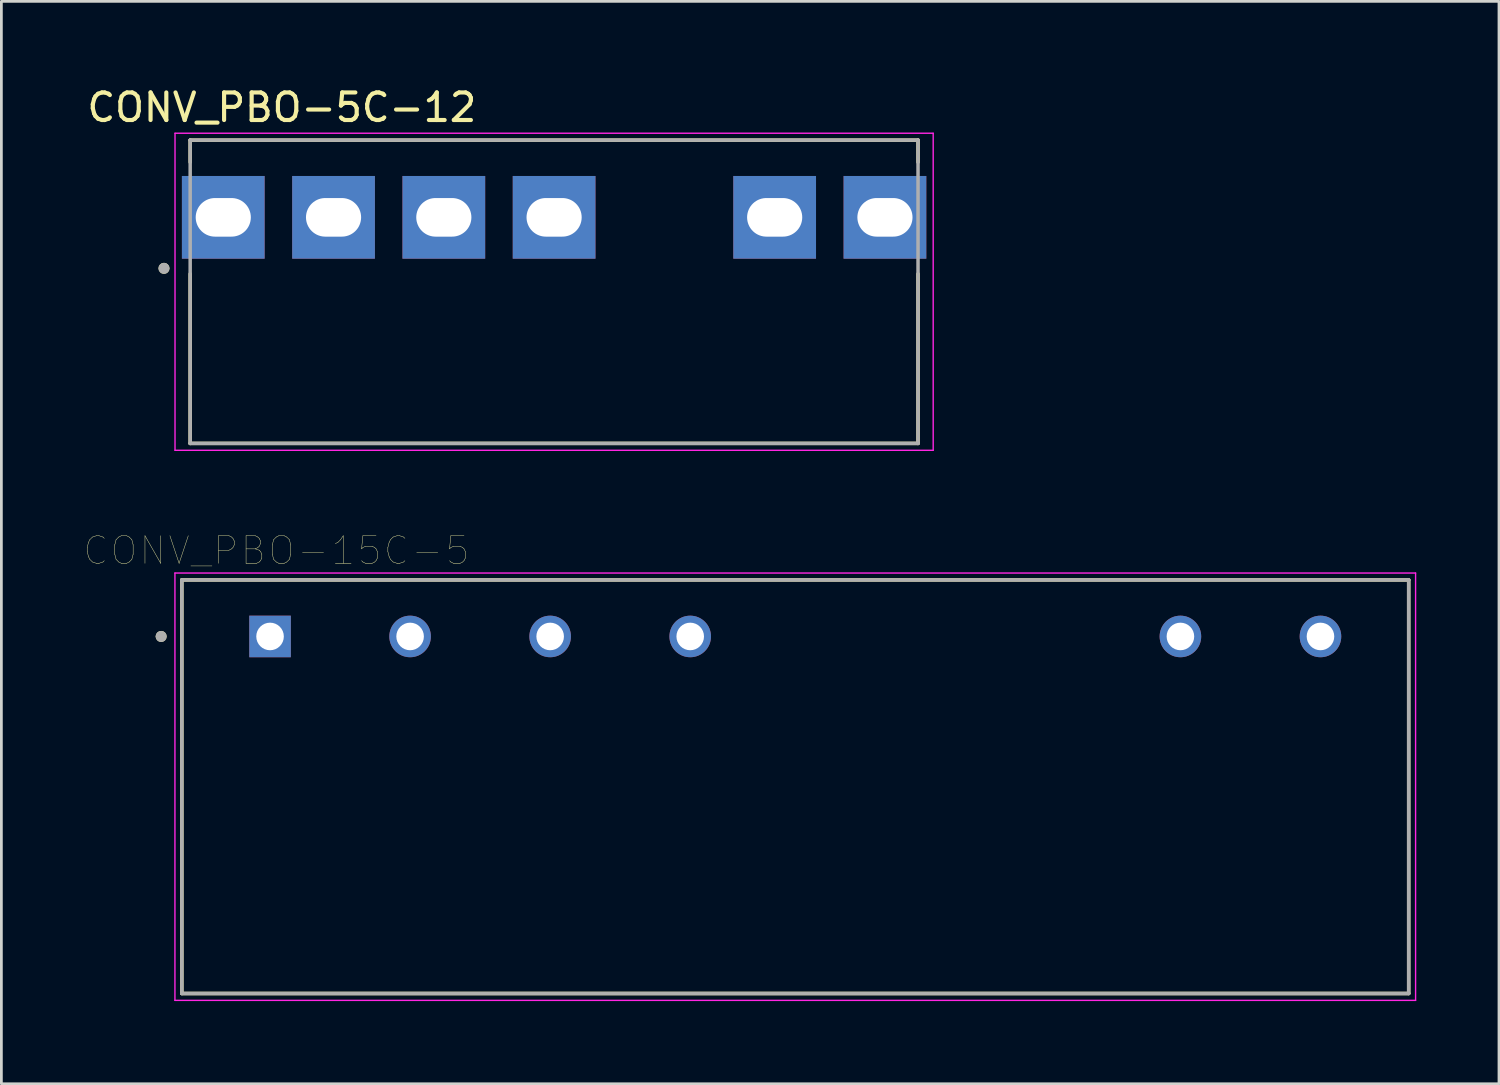
<source format=kicad_pcb>
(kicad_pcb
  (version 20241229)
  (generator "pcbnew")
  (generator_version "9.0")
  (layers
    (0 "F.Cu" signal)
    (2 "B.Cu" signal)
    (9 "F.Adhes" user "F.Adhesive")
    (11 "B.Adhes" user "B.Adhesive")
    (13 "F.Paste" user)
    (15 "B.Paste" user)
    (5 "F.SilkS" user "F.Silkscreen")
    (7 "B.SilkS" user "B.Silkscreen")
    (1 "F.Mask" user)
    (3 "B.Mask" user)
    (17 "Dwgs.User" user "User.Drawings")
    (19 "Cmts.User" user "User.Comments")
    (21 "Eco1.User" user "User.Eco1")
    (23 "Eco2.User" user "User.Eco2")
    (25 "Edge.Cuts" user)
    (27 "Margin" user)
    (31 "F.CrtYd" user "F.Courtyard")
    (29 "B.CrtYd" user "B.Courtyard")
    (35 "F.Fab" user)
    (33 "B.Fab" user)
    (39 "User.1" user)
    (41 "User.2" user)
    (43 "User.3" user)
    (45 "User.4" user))
  (footprint "CONV_PBO-15C-5"
    (layer "F.Cu")
    (at 25.795 20.035)
    (property "Reference" "CONV_PBO-15C-5" (at -18.825 -3.115 0) (layer "F.SilkS") (effects (font (size 1 1) (thickness 0.015))))
    (attr through_hole)
    (fp_line (start -22.25 -2.05) (end -22.25 12.95) (stroke (width 0.127) (type solid)) (layer "F.SilkS"))
    (fp_line (start -22.25 -2.05) (end 22.25 -2.05) (stroke (width 0.127) (type solid)) (layer "F.SilkS"))
    (fp_line (start -22.25 12.95) (end 22.25 12.95) (stroke (width 0.127) (type solid)) (layer "F.SilkS"))
    (fp_line (start 22.25 12.95) (end 22.25 -2.05) (stroke (width 0.127) (type solid)) (layer "F.SilkS"))
    (fp_circle (center -23 0) (end -22.9 0) (stroke (width 0.2) (type solid)) (fill no) (layer "F.SilkS"))
    (fp_line (start -22.5 -2.3) (end -22.5 13.2) (stroke (width 0.05) (type solid)) (layer "F.CrtYd"))
    (fp_line (start -22.5 13.2) (end 22.5 13.2) (stroke (width 0.05) (type solid)) (layer "F.CrtYd"))
    (fp_line (start 22.5 -2.3) (end -22.5 -2.3) (stroke (width 0.05) (type solid)) (layer "F.CrtYd"))
    (fp_line (start 22.5 13.2) (end 22.5 -2.3) (stroke (width 0.05) (type solid)) (layer "F.CrtYd"))
    (fp_line (start -22.25 -2.05) (end -22.25 12.95) (stroke (width 0.127) (type solid)) (layer "F.Fab"))
    (fp_line (start -22.25 12.95) (end 22.25 12.95) (stroke (width 0.127) (type solid)) (layer "F.Fab"))
    (fp_line (start 22.25 -2.05) (end -22.25 -2.05) (stroke (width 0.127) (type solid)) (layer "F.Fab"))
    (fp_line (start 22.25 12.95) (end 22.25 -2.05) (stroke (width 0.127) (type solid)) (layer "F.Fab"))
    (fp_circle (center -23 0) (end -22.9 0) (stroke (width 0.2) (type solid)) (fill no) (layer "F.Fab"))
    (pad "1" thru_hole rect (at -19.05 0) (size 1.508 1.508) (drill 1) (layers "*.Cu" "*.Mask"))
    (pad "3" thru_hole circle (at -13.97 0) (size 1.508 1.508) (drill 1) (layers "*.Cu" "*.Mask"))
    (pad "5" thru_hole circle (at -8.89 0) (size 1.508 1.508) (drill 1) (layers "*.Cu" "*.Mask"))
    (pad "7" thru_hole circle (at -3.81 0) (size 1.508 1.508) (drill 1) (layers "*.Cu" "*.Mask"))
    (pad "14" thru_hole circle (at 13.97 0) (size 1.508 1.508) (drill 1) (layers "*.Cu" "*.Mask"))
    (pad "16" thru_hole circle (at 19.05 0) (size 1.508 1.508) (drill 1) (layers "*.Cu" "*.Mask")))
  (footprint "CONV_PBO-5C-12"
    (layer "F.Cu")
    (at 17.048 4.833)
    (property "Reference" "CONV_PBO-5C-12" (at -9.875 -3.985 0) (layer "F.SilkS") (effects (font (size 1 1) (thickness 0.15))))
    (attr through_hole)
    (fp_line (start -13.2 -2.8) (end -13.2 -2) (stroke (width 0.127) (type solid)) (layer "F.SilkS"))
    (fp_line (start -13.2 2.05) (end -13.2 8.2) (stroke (width 0.127) (type solid)) (layer "F.SilkS"))
    (fp_line (start -13.2 8.2) (end 13.2 8.2) (stroke (width 0.127) (type solid)) (layer "F.SilkS"))
    (fp_line (start 13.2 -2.8) (end -13.2 -2.8) (stroke (width 0.127) (type solid)) (layer "F.SilkS"))
    (fp_line (start 13.2 -2.8) (end 13.2 -2) (stroke (width 0.127) (type solid)) (layer "F.SilkS"))
    (fp_line (start 13.2 2.05) (end 13.2 8.2) (stroke (width 0.127) (type solid)) (layer "F.SilkS"))
    (fp_circle (center -14.15 1.85) (end -14.05 1.85) (stroke (width 0.2) (type solid)) (fill no) (layer "F.SilkS"))
    (fp_line (start -13.75 -3.05) (end -13.75 8.45) (stroke (width 0.05) (type solid)) (layer "F.CrtYd"))
    (fp_line (start -13.75 8.45) (end 13.75 8.45) (stroke (width 0.05) (type solid)) (layer "F.CrtYd"))
    (fp_line (start 13.75 -3.05) (end -13.75 -3.05) (stroke (width 0.05) (type solid)) (layer "F.CrtYd"))
    (fp_line (start 13.75 8.45) (end 13.75 -3.05) (stroke (width 0.05) (type solid)) (layer "F.CrtYd"))
    (fp_line (start -13.2 -2.8) (end -13.2 8.2) (stroke (width 0.127) (type solid)) (layer "F.Fab"))
    (fp_line (start -13.2 8.2) (end 13.2 8.2) (stroke (width 0.127) (type solid)) (layer "F.Fab"))
    (fp_line (start 13.2 -2.8) (end -13.2 -2.8) (stroke (width 0.127) (type solid)) (layer "F.Fab"))
    (fp_line (start 13.2 8.2) (end 13.2 -2.8) (stroke (width 0.127) (type solid)) (layer "F.Fab"))
    (fp_circle (center -14.15 1.85) (end -14.05 1.85) (stroke (width 0.2) (type solid)) (fill no) (layer "F.Fab"))
    (pad "1" thru_hole rect (at -12 0) (size 3 3) (drill oval 2 1.4) (layers "*.Cu" "*.Mask"))
    (pad "2" thru_hole rect (at -8 0) (size 3 3) (drill oval 2 1.4) (layers "*.Cu" "*.Mask"))
    (pad "3" thru_hole rect (at -4 0) (size 3 3) (drill oval 2 1.4) (layers "*.Cu" "*.Mask"))
    (pad "4" thru_hole rect (at 0 0) (size 3 3) (drill oval 2 1.4) (layers "*.Cu" "*.Mask"))
    (pad "5" thru_hole rect (at 8 0) (size 3 3) (drill oval 2 1.4) (layers "*.Cu" "*.Mask"))
    (pad "6" thru_hole rect (at 12 0) (size 3 3) (drill oval 2 1.4) (layers "*.Cu" "*.Mask")))
  (gr_rect
    (start -3 -3)
    (end 51.32 36.26)
    (stroke (width 0.1) (type default))
    (fill no)
    (layer "Edge.Cuts")))
</source>
